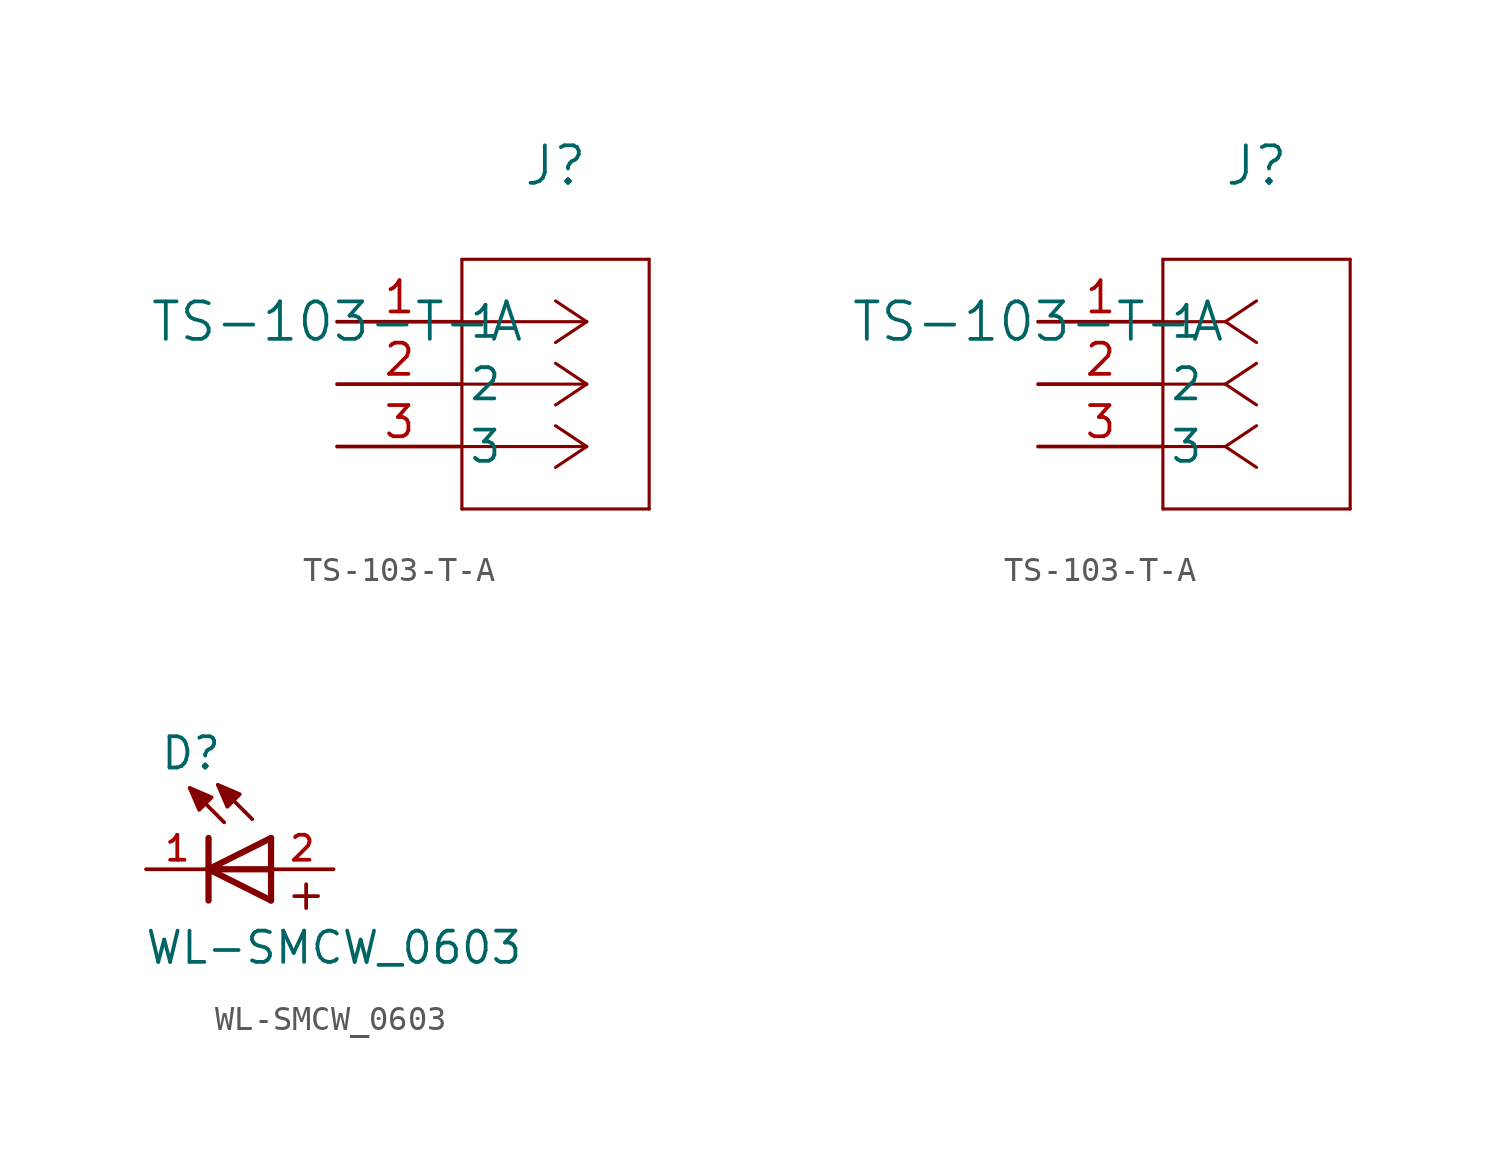
<source format=kicad_sym>
(kicad_symbol_lib
  (version 20231120)
  (generator "kicad_symbol_editor")
  (generator_version "8.0")
  (symbol "TS-103-T-A"
    (pin_names
      (offset 0.254))
    (property "Reference" "J"
      (at 8.89 6.35 0)
      (effects (font (size 1.524 1.524))))
    (property "Value" "TS-103-T-A"
      (at 0 0 0)
      (effects (font (size 1.524 1.524))))
    (property "ki_locked" ""
      (at 0 0 0)
      (effects (font (size 1.27 1.27))))
    (symbol "TS-103-T-A_1_1"
      (polyline (pts (xy 5.08 -7.62) (xy 12.7 -7.62)) (stroke (width 0.127) (type default)) (fill (type none)))
      (polyline (pts (xy 5.08 2.54) (xy 5.08 -7.62)) (stroke (width 0.127) (type default)) (fill (type none)))
      (polyline (pts (xy 10.16 -5.08) (xy 5.08 -5.08)) (stroke (width 0.127) (type default)) (fill (type none)))
      (polyline (pts (xy 10.16 -5.08) (xy 8.89 -5.927)) (stroke (width 0.127) (type default)) (fill (type none)))
      (polyline (pts (xy 10.16 -5.08) (xy 8.89 -4.233)) (stroke (width 0.127) (type default)) (fill (type none)))
      (polyline (pts (xy 10.16 -2.54) (xy 5.08 -2.54)) (stroke (width 0.127) (type default)) (fill (type none)))
      (polyline (pts (xy 10.16 -2.54) (xy 8.89 -3.387)) (stroke (width 0.127) (type default)) (fill (type none)))
      (polyline (pts (xy 10.16 -2.54) (xy 8.89 -1.693)) (stroke (width 0.127) (type default)) (fill (type none)))
      (polyline (pts (xy 10.16 0) (xy 5.08 0)) (stroke (width 0.127) (type default)) (fill (type none)))
      (polyline (pts (xy 10.16 0) (xy 8.89 -0.847)) (stroke (width 0.127) (type default)) (fill (type none)))
      (polyline (pts (xy 10.16 0) (xy 8.89 0.847)) (stroke (width 0.127) (type default)) (fill (type none)))
      (polyline (pts (xy 12.7 -7.62) (xy 12.7 2.54)) (stroke (width 0.127) (type default)) (fill (type none)))
      (polyline (pts (xy 12.7 2.54) (xy 5.08 2.54)) (stroke (width 0.127) (type default)) (fill (type none)))
      (pin unspecified line (at 0 0 0) (length 5.08) (name "1" (effects (font (size 1.27 1.27)))) (number "1" (effects (font (size 1.27 1.27)))))
      (pin unspecified line (at 0 -2.54 0) (length 5.08) (name "2" (effects (font (size 1.27 1.27)))) (number "2" (effects (font (size 1.27 1.27)))))
      (pin unspecified line (at 0 -5.08 0) (length 5.08) (name "3" (effects (font (size 1.27 1.27)))) (number "3" (effects (font (size 1.27 1.27))))))
    (symbol "TS-103-T-A_1_2"
      (polyline (pts (xy 5.08 -7.62) (xy 12.7 -7.62)) (stroke (width 0.127) (type default)) (fill (type none)))
      (polyline (pts (xy 5.08 2.54) (xy 5.08 -7.62)) (stroke (width 0.127) (type default)) (fill (type none)))
      (polyline (pts (xy 7.62 -5.08) (xy 5.08 -5.08)) (stroke (width 0.127) (type default)) (fill (type none)))
      (polyline (pts (xy 7.62 -5.08) (xy 8.89 -5.927)) (stroke (width 0.127) (type default)) (fill (type none)))
      (polyline (pts (xy 7.62 -5.08) (xy 8.89 -4.233)) (stroke (width 0.127) (type default)) (fill (type none)))
      (polyline (pts (xy 7.62 -2.54) (xy 5.08 -2.54)) (stroke (width 0.127) (type default)) (fill (type none)))
      (polyline (pts (xy 7.62 -2.54) (xy 8.89 -3.387)) (stroke (width 0.127) (type default)) (fill (type none)))
      (polyline (pts (xy 7.62 -2.54) (xy 8.89 -1.693)) (stroke (width 0.127) (type default)) (fill (type none)))
      (polyline (pts (xy 7.62 0) (xy 5.08 0)) (stroke (width 0.127) (type default)) (fill (type none)))
      (polyline (pts (xy 7.62 0) (xy 8.89 -0.847)) (stroke (width 0.127) (type default)) (fill (type none)))
      (polyline (pts (xy 7.62 0) (xy 8.89 0.847)) (stroke (width 0.127) (type default)) (fill (type none)))
      (polyline (pts (xy 12.7 -7.62) (xy 12.7 2.54)) (stroke (width 0.127) (type default)) (fill (type none)))
      (polyline (pts (xy 12.7 2.54) (xy 5.08 2.54)) (stroke (width 0.127) (type default)) (fill (type none)))
      (pin unspecified line (at 0 0 0) (length 5.08) (name "1" (effects (font (size 1.27 1.27)))) (number "1" (effects (font (size 1.27 1.27)))))
      (pin unspecified line (at 0 -2.54 0) (length 5.08) (name "2" (effects (font (size 1.27 1.27)))) (number "2" (effects (font (size 1.27 1.27)))))
      (pin unspecified line (at 0 -5.08 0) (length 5.08) (name "3" (effects (font (size 1.27 1.27)))) (number "3" (effects (font (size 1.27 1.27)))))))
  (symbol "WL-SMCW_0603"
    (pin_names
      (offset 1.016))
    (property "Reference" "D"
      (at -1.988 3.972 0)
      (effects (font (size 1.27 1.27)) (justify left bottom)))
    (property "Value" "WL-SMCW_0603"
      (at -2.628 -3.928 0)
      (effects (font (size 1.27 1.27)) (justify left bottom)))
    (symbol "WL-SMCW_0603_0_0"
      (polyline (pts (xy 0 -1.27) (xy 0 0)) (stroke (width 0.254) (type default)) (fill (type none)))
      (polyline (pts (xy 0 0) (xy 0 1.27)) (stroke (width 0.254) (type default)) (fill (type none)))
      (polyline (pts (xy 0 0) (xy 2.54 0)) (stroke (width 0.254) (type default)) (fill (type none)))
      (polyline (pts (xy 0 0) (xy 2.54 1.27)) (stroke (width 0.254) (type default)) (fill (type none)))
      (polyline (pts (xy 0.635 1.905) (xy -0.762 3.302)) (stroke (width 0.152) (type default)) (fill (type none)))
      (polyline (pts (xy 1.778 2.032) (xy 0.381 3.429)) (stroke (width 0.152) (type default)) (fill (type none)))
      (polyline (pts (xy 2.54 -1.27) (xy 0 0)) (stroke (width 0.254) (type default)) (fill (type none)))
      (polyline (pts (xy 2.54 -1.27) (xy 2.54 0)) (stroke (width 0.254) (type default)) (fill (type none)))
      (polyline (pts (xy 2.54 0) (xy 2.54 1.27)) (stroke (width 0.254) (type default)) (fill (type none)))
      (polyline (pts (xy -0.762 3.302) (xy 0.127 2.921) (xy -0.381 2.413) (xy -0.762 3.302)) (stroke (width 0.152) (type default)) (fill (type outline)))
      (polyline (pts (xy 0.381 3.429) (xy 1.27 3.048) (xy 0.762 2.54) (xy 0.381 3.429)) (stroke (width 0.152) (type default)) (fill (type outline)))
      (text "+" (at 3.08 -1.74 0) (effects (font (size 1.27 1.27)) (justify left bottom)))
      (pin passive line (at -2.54 0 0) (length 2.54) (name "~" (effects (font (size 1.016 1.016)))) (number "1" (effects (font (size 1.016 1.016)))))
      (pin passive line (at 5.08 0 180) (length 2.54) (name "~" (effects (font (size 1.016 1.016)))) (number "2" (effects (font (size 1.016 1.016))))))))
</source>
